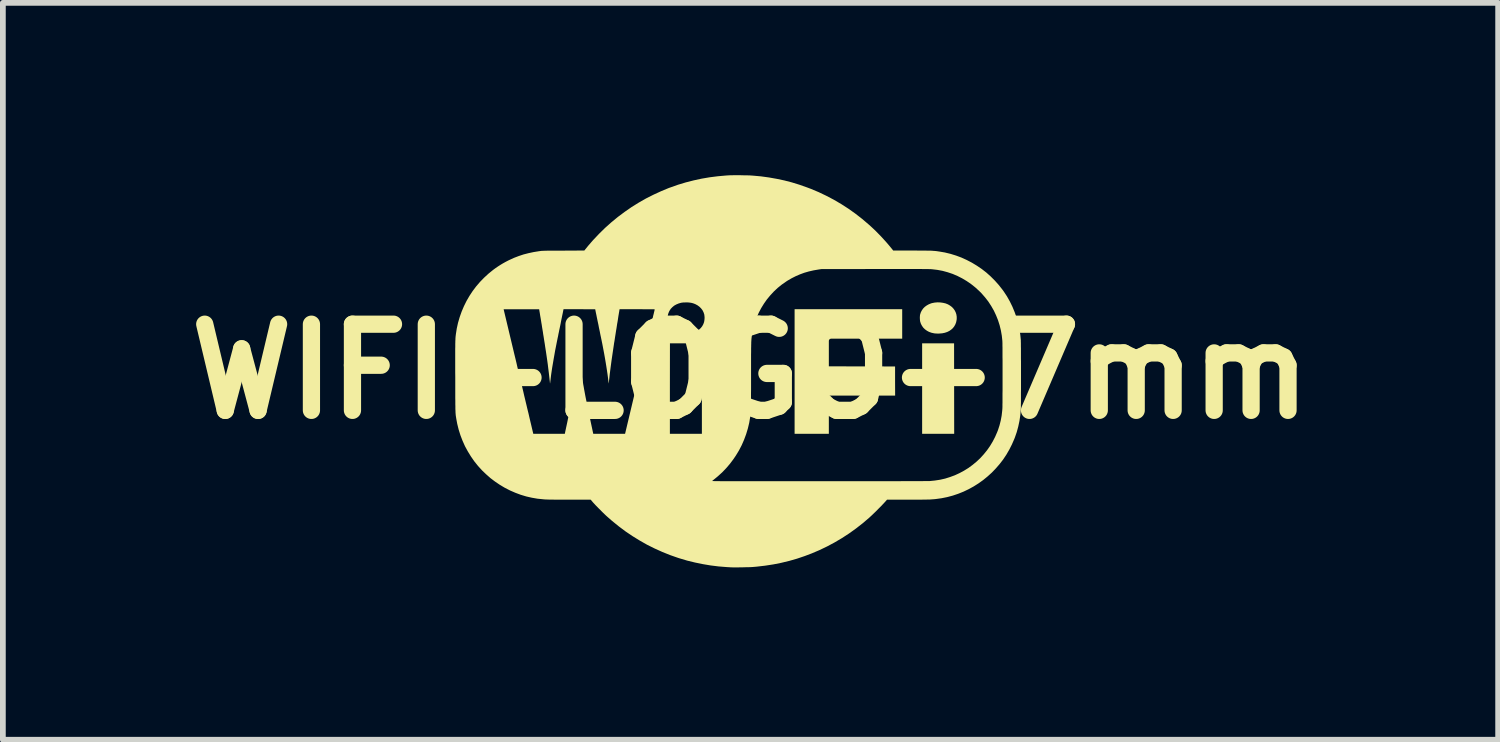
<source format=kicad_pcb>
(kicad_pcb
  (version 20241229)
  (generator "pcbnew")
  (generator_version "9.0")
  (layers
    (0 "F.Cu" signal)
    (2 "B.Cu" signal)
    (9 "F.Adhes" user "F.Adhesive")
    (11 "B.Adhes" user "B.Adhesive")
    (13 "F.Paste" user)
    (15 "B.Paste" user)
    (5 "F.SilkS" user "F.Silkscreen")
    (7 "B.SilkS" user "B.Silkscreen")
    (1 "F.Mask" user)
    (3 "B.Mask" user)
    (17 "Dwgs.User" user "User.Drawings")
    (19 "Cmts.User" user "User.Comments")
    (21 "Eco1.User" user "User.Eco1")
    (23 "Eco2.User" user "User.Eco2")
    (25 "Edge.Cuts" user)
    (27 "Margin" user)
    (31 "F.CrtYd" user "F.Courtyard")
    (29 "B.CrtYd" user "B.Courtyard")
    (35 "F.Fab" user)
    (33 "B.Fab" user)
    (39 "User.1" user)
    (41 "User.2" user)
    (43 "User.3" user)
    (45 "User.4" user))
  (footprint "WIFI-LOGO-7mm"
    (layer "F.Cu")
    (at 10.014 3.415)
    (property "Reference" "WIFI-LOGO-7mm" (at 0 0 0) (layer "F.SilkS") (effects (font (size 1.5 1.5) (thickness 0.3))))
    (attr board_only exclude_from_pos_files exclude_from_bom)
    (fp_poly (pts (xy 3.266 -0.489) (xy 3.544 -0.488) (xy 3.545 0.299) (xy 3.546 1.086) (xy 3.267 1.086) (xy 2.988 1.086) (xy 2.988 0.298) (xy 2.988 -0.489)) (stroke (width 0) (type solid)) (fill yes) (layer "F.SilkS"))
    (fp_poly (pts (xy 2.641 -0.826) (xy 2.641 -0.57) (xy 2.003 -0.57) (xy 1.364 -0.57) (xy 1.364 -0.329) (xy 1.364 -0.088) (xy 1.941 -0.087) (xy 2.517 -0.086) (xy 2.517 0.168) (xy 2.518 0.421) (xy 1.941 0.421) (xy 1.364 0.421) (xy 1.364 0.754) (xy 1.364 1.086) (xy 1.066 1.086) (xy 0.768 1.086) (xy 0.768 0.002) (xy 0.768 -1.083) (xy 1.705 -1.083) (xy 2.641 -1.083)) (stroke (width 0) (type solid)) (fill yes) (layer "F.SilkS"))
    (fp_poly (pts (xy 3.307 -1.2) (xy 3.355 -1.193) (xy 3.397 -1.183) (xy 3.437 -1.167) (xy 3.473 -1.146) (xy 3.505 -1.122) (xy 3.532 -1.094) (xy 3.555 -1.062) (xy 3.572 -1.028) (xy 3.584 -0.991) (xy 3.59 -0.952) (xy 3.59 -0.912) (xy 3.588 -0.896) (xy 3.58 -0.855) (xy 3.566 -0.818) (xy 3.547 -0.784) (xy 3.523 -0.753) (xy 3.494 -0.727) (xy 3.461 -0.704) (xy 3.424 -0.686) (xy 3.382 -0.672) (xy 3.337 -0.663) (xy 3.289 -0.659) (xy 3.264 -0.658) (xy 3.245 -0.659) (xy 3.226 -0.66) (xy 3.208 -0.661) (xy 3.195 -0.663) (xy 3.15 -0.673) (xy 3.108 -0.688) (xy 3.071 -0.708) (xy 3.038 -0.732) (xy 3.009 -0.76) (xy 2.986 -0.792) (xy 2.967 -0.828) (xy 2.954 -0.867) (xy 2.951 -0.886) (xy 2.949 -0.909) (xy 2.948 -0.934) (xy 2.949 -0.959) (xy 2.951 -0.981) (xy 2.954 -0.993) (xy 2.966 -1.03) (xy 2.984 -1.064) (xy 3.007 -1.096) (xy 3.035 -1.124) (xy 3.068 -1.148) (xy 3.104 -1.168) (xy 3.144 -1.184) (xy 3.161 -1.189) (xy 3.208 -1.198) (xy 3.257 -1.202)) (stroke (width 0) (type solid)) (fill yes) (layer "F.SilkS"))
    (fp_poly (pts (xy -0.222 -3.415) (xy -0.183 -3.415) (xy -0.144 -3.414) (xy -0.106 -3.413) (xy -0.069 -3.413) (xy -0.035 -3.412) (xy -0.004 -3.411) (xy 0.022 -3.409) (xy 0.039 -3.408) (xy 0.182 -3.395) (xy 0.321 -3.376) (xy 0.456 -3.352) (xy 0.589 -3.324) (xy 0.72 -3.29) (xy 0.85 -3.25) (xy 0.978 -3.205) (xy 1.05 -3.178) (xy 1.188 -3.12) (xy 1.322 -3.056) (xy 1.453 -2.987) (xy 1.581 -2.912) (xy 1.705 -2.832) (xy 1.826 -2.746) (xy 1.943 -2.655) (xy 2.057 -2.558) (xy 2.097 -2.522) (xy 2.139 -2.483) (xy 2.183 -2.441) (xy 2.227 -2.396) (xy 2.272 -2.35) (xy 2.315 -2.303) (xy 2.357 -2.257) (xy 2.396 -2.212) (xy 2.432 -2.169) (xy 2.464 -2.13) (xy 2.471 -2.121) (xy 2.484 -2.104) (xy 2.805 -2.104) (xy 2.862 -2.104) (xy 2.913 -2.103) (xy 2.959 -2.103) (xy 3 -2.103) (xy 3.036 -2.103) (xy 3.068 -2.102) (xy 3.096 -2.102) (xy 3.121 -2.101) (xy 3.144 -2.101) (xy 3.164 -2.1) (xy 3.182 -2.098) (xy 3.2 -2.097) (xy 3.216 -2.096) (xy 3.233 -2.094) (xy 3.249 -2.092) (xy 3.267 -2.089) (xy 3.283 -2.087) (xy 3.383 -2.07) (xy 3.482 -2.046) (xy 3.579 -2.016) (xy 3.673 -1.981) (xy 3.765 -1.939) (xy 3.855 -1.892) (xy 3.941 -1.84) (xy 4.025 -1.783) (xy 4.105 -1.721) (xy 4.181 -1.653) (xy 4.253 -1.581) (xy 4.321 -1.505) (xy 4.385 -1.424) (xy 4.409 -1.391) (xy 4.465 -1.306) (xy 4.515 -1.217) (xy 4.56 -1.125) (xy 4.599 -1.03) (xy 4.633 -0.934) (xy 4.66 -0.835) (xy 4.682 -0.735) (xy 4.697 -0.634) (xy 4.706 -0.543) (xy 4.706 -0.533) (xy 4.706 -0.517) (xy 4.707 -0.496) (xy 4.707 -0.47) (xy 4.707 -0.438) (xy 4.708 -0.403) (xy 4.708 -0.363) (xy 4.708 -0.32) (xy 4.708 -0.274) (xy 4.708 -0.225) (xy 4.709 -0.174) (xy 4.709 -0.121) (xy 4.709 -0.066) (xy 4.709 -0.011) (xy 4.709 0.045) (xy 4.709 0.1) (xy 4.709 0.156) (xy 4.709 0.211) (xy 4.709 0.264) (xy 4.709 0.316) (xy 4.708 0.366) (xy 4.708 0.414) (xy 4.708 0.458) (xy 4.708 0.5) (xy 4.708 0.537) (xy 4.707 0.571) (xy 4.707 0.6) (xy 4.707 0.624) (xy 4.706 0.642) (xy 4.706 0.655) (xy 4.706 0.658) (xy 4.697 0.762) (xy 4.682 0.863) (xy 4.661 0.961) (xy 4.635 1.057) (xy 4.602 1.152) (xy 4.592 1.177) (xy 4.551 1.271) (xy 4.505 1.362) (xy 4.454 1.45) (xy 4.398 1.534) (xy 4.337 1.613) (xy 4.271 1.689) (xy 4.202 1.761) (xy 4.128 1.828) (xy 4.051 1.891) (xy 3.97 1.949) (xy 3.886 2.002) (xy 3.799 2.05) (xy 3.709 2.093) (xy 3.617 2.13) (xy 3.522 2.162) (xy 3.425 2.188) (xy 3.326 2.208) (xy 3.225 2.222) (xy 3.194 2.225) (xy 3.179 2.226) (xy 3.165 2.227) (xy 3.152 2.228) (xy 3.138 2.229) (xy 3.124 2.23) (xy 3.109 2.23) (xy 3.092 2.231) (xy 3.073 2.231) (xy 3.052 2.232) (xy 3.029 2.232) (xy 3.002 2.232) (xy 2.972 2.233) (xy 2.937 2.233) (xy 2.898 2.233) (xy 2.854 2.233) (xy 2.805 2.233) (xy 2.75 2.233) (xy 2.719 2.233) (xy 2.377 2.233) (xy 2.325 2.291) (xy 2.304 2.313) (xy 2.28 2.339) (xy 2.253 2.366) (xy 2.224 2.395) (xy 2.195 2.425) (xy 2.165 2.454) (xy 2.136 2.482) (xy 2.109 2.508) (xy 2.085 2.53) (xy 2.068 2.546) (xy 1.953 2.644) (xy 1.835 2.736) (xy 1.715 2.822) (xy 1.592 2.902) (xy 1.465 2.977) (xy 1.336 3.046) (xy 1.203 3.11) (xy 1.067 3.168) (xy 0.943 3.215) (xy 0.81 3.26) (xy 0.674 3.299) (xy 0.537 3.332) (xy 0.397 3.36) (xy 0.254 3.382) (xy 0.108 3.399) (xy 0.039 3.405) (xy 0.023 3.406) (xy 0.002 3.407) (xy -0.023 3.408) (xy -0.052 3.409) (xy -0.083 3.409) (xy -0.117 3.41) (xy -0.151 3.411) (xy -0.185 3.411) (xy -0.218 3.412) (xy -0.249 3.412) (xy -0.278 3.412) (xy -0.303 3.412) (xy -0.324 3.411) (xy -0.34 3.411) (xy -0.344 3.411) (xy -0.353 3.41) (xy -0.367 3.409) (xy -0.385 3.408) (xy -0.404 3.407) (xy -0.42 3.406) (xy -0.556 3.395) (xy -0.693 3.378) (xy -0.83 3.355) (xy -0.966 3.327) (xy -1.101 3.294) (xy -1.232 3.255) (xy -1.258 3.247) (xy -1.398 3.198) (xy -1.535 3.143) (xy -1.668 3.083) (xy -1.799 3.018) (xy -1.926 2.946) (xy -2.051 2.869) (xy -2.173 2.787) (xy -2.292 2.698) (xy -2.409 2.603) (xy -2.479 2.542) (xy -2.496 2.527) (xy -2.517 2.508) (xy -2.54 2.486) (xy -2.565 2.462) (xy -2.591 2.436) (xy -2.617 2.409) (xy -2.644 2.383) (xy -2.669 2.357) (xy -2.693 2.333) (xy -2.714 2.31) (xy -2.732 2.291) (xy -2.746 2.275) (xy -2.747 2.274) (xy -2.782 2.233) (xy -3.141 2.233) (xy -3.198 2.233) (xy -3.25 2.233) (xy -3.297 2.233) (xy -3.338 2.233) (xy -3.374 2.233) (xy -3.406 2.233) (xy -3.434 2.232) (xy -3.459 2.232) (xy -3.481 2.232) (xy -3.5 2.232) (xy -3.517 2.231) (xy -3.533 2.231) (xy -3.547 2.23) (xy -3.561 2.229) (xy -3.574 2.229) (xy -3.588 2.228) (xy -3.602 2.227) (xy -3.609 2.226) (xy -3.708 2.216) (xy -3.806 2.199) (xy -3.903 2.177) (xy -3.999 2.148) (xy -4.093 2.113) (xy -4.185 2.073) (xy -4.275 2.027) (xy -4.361 1.976) (xy -4.445 1.919) (xy -4.46 1.908) (xy -0.668 1.908) (xy -0.667 1.908) (xy -0.665 1.908) (xy -0.662 1.909) (xy -0.656 1.909) (xy -0.649 1.909) (xy -0.639 1.909) (xy -0.628 1.91) (xy -0.614 1.91) (xy -0.597 1.91) (xy -0.577 1.91) (xy -0.555 1.91) (xy -0.53 1.911) (xy -0.502 1.911) (xy -0.47 1.911) (xy -0.435 1.911) (xy -0.396 1.911) (xy -0.354 1.911) (xy -0.308 1.911) (xy -0.257 1.911) (xy -0.203 1.912) (xy -0.144 1.912) (xy -0.081 1.912) (xy -0.013 1.912) (xy 0.059 1.912) (xy 0.137 1.912) (xy 0.219 1.912) (xy 0.307 1.912) (xy 0.4 1.912) (xy 0.498 1.912) (xy 0.602 1.912) (xy 0.712 1.912) (xy 0.828 1.912) (xy 0.95 1.912) (xy 1.078 1.912) (xy 1.198 1.912) (xy 1.308 1.912) (xy 1.417 1.912) (xy 1.524 1.912) (xy 1.629 1.912) (xy 1.732 1.912) (xy 1.833 1.912) (xy 1.932 1.911) (xy 2.028 1.911) (xy 2.121 1.911) (xy 2.212 1.911) (xy 2.299 1.911) (xy 2.383 1.911) (xy 2.463 1.911) (xy 2.54 1.911) (xy 2.612 1.911) (xy 2.681 1.91) (xy 2.745 1.91) (xy 2.805 1.91) (xy 2.86 1.91) (xy 2.911 1.91) (xy 2.956 1.91) (xy 2.996 1.91) (xy 3.031 1.909) (xy 3.061 1.909) (xy 3.084 1.909) (xy 3.102 1.909) (xy 3.113 1.909) (xy 3.118 1.909) (xy 3.209 1.9) (xy 3.3 1.886) (xy 3.388 1.866) (xy 3.474 1.839) (xy 3.558 1.808) (xy 3.64 1.77) (xy 3.718 1.728) (xy 3.794 1.681) (xy 3.866 1.628) (xy 3.935 1.571) (xy 4 1.51) (xy 4.06 1.444) (xy 4.117 1.374) (xy 4.169 1.3) (xy 4.216 1.222) (xy 4.258 1.141) (xy 4.295 1.056) (xy 4.309 1.02) (xy 4.335 0.94) (xy 4.356 0.857) (xy 4.372 0.771) (xy 4.382 0.683) (xy 4.385 0.647) (xy 4.385 0.638) (xy 4.386 0.622) (xy 4.386 0.602) (xy 4.386 0.576) (xy 4.387 0.545) (xy 4.387 0.51) (xy 4.387 0.472) (xy 4.387 0.429) (xy 4.387 0.384) (xy 4.388 0.336) (xy 4.388 0.286) (xy 4.388 0.234) (xy 4.388 0.18) (xy 4.388 0.126) (xy 4.388 0.071) (xy 4.388 0.016) (xy 4.388 -0.038) (xy 4.388 -0.092) (xy 4.388 -0.145) (xy 4.388 -0.196) (xy 4.387 -0.245) (xy 4.387 -0.291) (xy 4.387 -0.335) (xy 4.387 -0.375) (xy 4.387 -0.412) (xy 4.386 -0.444) (xy 4.386 -0.472) (xy 4.386 -0.495) (xy 4.385 -0.512) (xy 4.385 -0.523) (xy 4.385 -0.527) (xy 4.375 -0.621) (xy 4.359 -0.713) (xy 4.337 -0.803) (xy 4.309 -0.891) (xy 4.275 -0.976) (xy 4.236 -1.059) (xy 4.19 -1.139) (xy 4.14 -1.216) (xy 4.083 -1.289) (xy 4.022 -1.359) (xy 3.981 -1.4) (xy 3.912 -1.463) (xy 3.839 -1.521) (xy 3.763 -1.573) (xy 3.684 -1.62) (xy 3.603 -1.661) (xy 3.519 -1.697) (xy 3.432 -1.726) (xy 3.344 -1.75) (xy 3.254 -1.767) (xy 3.162 -1.778) (xy 3.147 -1.779) (xy 3.14 -1.78) (xy 3.129 -1.78) (xy 3.114 -1.78) (xy 3.095 -1.781) (xy 3.073 -1.781) (xy 3.046 -1.781) (xy 3.015 -1.781) (xy 2.979 -1.782) (xy 2.938 -1.782) (xy 2.893 -1.782) (xy 2.843 -1.782) (xy 2.787 -1.782) (xy 2.726 -1.782) (xy 2.66 -1.782) (xy 2.589 -1.782) (xy 2.511 -1.782) (xy 2.428 -1.782) (xy 2.338 -1.782) (xy 2.242 -1.782) (xy 2.167 -1.782) (xy 1.236 -1.781) (xy 1.188 -1.774) (xy 1.1 -1.759) (xy 1.017 -1.74) (xy 0.937 -1.717) (xy 0.861 -1.689) (xy 0.787 -1.657) (xy 0.714 -1.62) (xy 0.642 -1.578) (xy 0.621 -1.564) (xy 0.545 -1.511) (xy 0.473 -1.453) (xy 0.406 -1.39) (xy 0.344 -1.323) (xy 0.286 -1.253) (xy 0.234 -1.179) (xy 0.186 -1.101) (xy 0.144 -1.021) (xy 0.107 -0.937) (xy 0.076 -0.852) (xy 0.051 -0.764) (xy 0.032 -0.674) (xy 0.023 -0.614) (xy 0.021 -0.602) (xy 0.02 -0.59) (xy 0.018 -0.577) (xy 0.017 -0.564) (xy 0.016 -0.55) (xy 0.015 -0.535) (xy 0.014 -0.519) (xy 0.013 -0.501) (xy 0.013 -0.48) (xy 0.012 -0.458) (xy 0.012 -0.432) (xy 0.011 -0.404) (xy 0.011 -0.372) (xy 0.011 -0.336) (xy 0.01 -0.296) (xy 0.01 -0.252) (xy 0.01 -0.203) (xy 0.01 -0.149) (xy 0.01 -0.09) (xy 0.01 -0.026) (xy 0.01 0.045) (xy 0.01 0.094) (xy 0.01 0.171) (xy 0.01 0.244) (xy 0.01 0.311) (xy 0.009 0.374) (xy 0.009 0.431) (xy 0.009 0.483) (xy 0.009 0.53) (xy 0.008 0.571) (xy 0.008 0.606) (xy 0.008 0.635) (xy 0.007 0.658) (xy 0.007 0.675) (xy 0.006 0.686) (xy 0.006 0.687) (xy -0.005 0.792) (xy -0.022 0.895) (xy -0.046 0.995) (xy -0.076 1.094) (xy -0.112 1.191) (xy -0.153 1.285) (xy -0.201 1.377) (xy -0.255 1.466) (xy -0.297 1.528) (xy -0.357 1.608) (xy -0.423 1.685) (xy -0.493 1.758) (xy -0.568 1.826) (xy -0.614 1.864) (xy -0.63 1.877) (xy -0.644 1.888) (xy -0.655 1.897) (xy -0.663 1.904) (xy -0.667 1.908) (xy -0.668 1.908) (xy -4.46 1.908) (xy -4.526 1.858) (xy -4.602 1.791) (xy -4.673 1.723) (xy -4.743 1.646) (xy -4.808 1.565) (xy -4.867 1.48) (xy -4.921 1.392) (xy -4.97 1.302) (xy -5.012 1.208) (xy -5.049 1.112) (xy -5.08 1.013) (xy -5.105 0.912) (xy -5.121 0.826) (xy -5.123 0.813) (xy -5.125 0.801) (xy -5.127 0.79) (xy -5.128 0.78) (xy -5.13 0.77) (xy -5.131 0.759) (xy -5.132 0.748) (xy -5.133 0.736) (xy -5.134 0.723) (xy -5.135 0.709) (xy -5.135 0.693) (xy -5.136 0.674) (xy -5.137 0.654) (xy -5.137 0.631) (xy -5.137 0.604) (xy -5.138 0.575) (xy -5.138 0.542) (xy -5.138 0.505) (xy -5.139 0.463) (xy -5.139 0.417) (xy -5.139 0.367) (xy -5.139 0.311) (xy -5.139 0.249) (xy -5.139 0.182) (xy -5.139 0.109) (xy -5.139 0.096) (xy -5.14 0.019) (xy -5.14 -0.051) (xy -5.14 -0.115) (xy -5.14 -0.174) (xy -5.14 -0.227) (xy -5.14 -0.276) (xy -5.14 -0.32) (xy -5.14 -0.359) (xy -5.14 -0.395) (xy -5.139 -0.427) (xy -5.139 -0.455) (xy -5.139 -0.48) (xy -5.138 -0.503) (xy -5.138 -0.523) (xy -5.137 -0.541) (xy -5.136 -0.557) (xy -5.136 -0.571) (xy -5.135 -0.585) (xy -5.134 -0.597) (xy -5.133 -0.609) (xy -5.132 -0.62) (xy -5.13 -0.631) (xy -5.129 -0.643) (xy -5.129 -0.643) (xy -5.113 -0.746) (xy -5.091 -0.846) (xy -5.062 -0.945) (xy -5.028 -1.041) (xy -5.011 -1.081) (xy -4.297 -1.081) (xy -4.111 -0.301) (xy -4.093 -0.227) (xy -4.075 -0.152) (xy -4.058 -0.077) (xy -4.04 -0.002) (xy -4.022 0.072) (xy -4.004 0.146) (xy -3.987 0.218) (xy -3.97 0.288) (xy -3.954 0.356) (xy -3.939 0.422) (xy -3.924 0.484) (xy -3.91 0.543) (xy -3.897 0.597) (xy -3.885 0.648) (xy -3.874 0.693) (xy -3.864 0.733) (xy -3.856 0.768) (xy -3.853 0.782) (xy -3.781 1.086) (xy -3.507 1.086) (xy -3.232 1.086) (xy -3.222 1.038) (xy -3.205 0.958) (xy -3.189 0.884) (xy -3.175 0.815) (xy -3.162 0.751) (xy -3.149 0.692) (xy -3.138 0.638) (xy -3.127 0.587) (xy -3.118 0.54) (xy -3.109 0.495) (xy -3.1 0.454) (xy -3.093 0.414) (xy -3.085 0.376) (xy -3.079 0.34) (xy -3.072 0.304) (xy -3.066 0.269) (xy -3.06 0.235) (xy -3.054 0.199) (xy -3.048 0.164) (xy -3.041 0.127) (xy -3.04 0.118) (xy -3.034 0.083) (xy -3.028 0.046) (xy -3.023 0.007) (xy -3.017 -0.031) (xy -3.011 -0.069) (xy -3.006 -0.105) (xy -3.001 -0.138) (xy -2.998 -0.168) (xy -2.994 -0.194) (xy -2.992 -0.214) (xy -2.991 -0.219) (xy -2.99 -0.234) (xy -2.988 -0.248) (xy -2.987 -0.258) (xy -2.986 -0.263) (xy -2.985 -0.261) (xy -2.983 -0.254) (xy -2.982 -0.243) (xy -2.98 -0.228) (xy -2.978 -0.216) (xy -2.973 -0.175) (xy -2.967 -0.13) (xy -2.96 -0.08) (xy -2.952 -0.026) (xy -2.943 0.032) (xy -2.934 0.091) (xy -2.93 0.115) (xy -2.923 0.157) (xy -2.916 0.196) (xy -2.91 0.234) (xy -2.903 0.271) (xy -2.897 0.307) (xy -2.89 0.344) (xy -2.883 0.382) (xy -2.876 0.42) (xy -2.868 0.461) (xy -2.859 0.504) (xy -2.85 0.55) (xy -2.839 0.6) (xy -2.828 0.654) (xy -2.816 0.713) (xy -2.803 0.777) (xy -2.792 0.829) (xy -2.737 1.086) (xy -1.403 1.086) (xy -1.125 1.086) (xy -0.846 1.086) (xy -0.846 0.298) (xy -0.846 -0.489) (xy -1.124 -0.489) (xy -1.402 -0.488) (xy -1.403 0.299) (xy -1.403 1.086) (xy -2.737 1.086) (xy -2.46 1.086) (xy -2.183 1.086) (xy -2.015 0.38) (xy -1.998 0.31) (xy -1.981 0.239) (xy -1.964 0.169) (xy -1.947 0.098) (xy -1.931 0.029) (xy -1.915 -0.039) (xy -1.899 -0.106) (xy -1.883 -0.17) (xy -1.869 -0.232) (xy -1.855 -0.291) (xy -1.841 -0.346) (xy -1.829 -0.398) (xy -1.818 -0.445) (xy -1.808 -0.488) (xy -1.799 -0.525) (xy -1.791 -0.557) (xy -1.787 -0.575) (xy -1.777 -0.618) (xy -1.766 -0.662) (xy -1.756 -0.707) (xy -1.745 -0.751) (xy -1.735 -0.793) (xy -1.725 -0.833) (xy -1.717 -0.87) (xy -1.709 -0.903) (xy -1.702 -0.931) (xy -1.698 -0.946) (xy -1.441 -0.946) (xy -1.441 -0.905) (xy -1.434 -0.865) (xy -1.421 -0.827) (xy -1.406 -0.796) (xy -1.393 -0.776) (xy -1.375 -0.756) (xy -1.355 -0.736) (xy -1.334 -0.718) (xy -1.313 -0.705) (xy -1.311 -0.704) (xy -1.285 -0.69) (xy -1.255 -0.679) (xy -1.223 -0.669) (xy -1.196 -0.663) (xy -1.173 -0.66) (xy -1.146 -0.659) (xy -1.117 -0.658) (xy -1.089 -0.659) (xy -1.063 -0.661) (xy -1.053 -0.663) (xy -1.007 -0.672) (xy -0.965 -0.687) (xy -0.927 -0.705) (xy -0.893 -0.729) (xy -0.864 -0.756) (xy -0.84 -0.787) (xy -0.821 -0.822) (xy -0.807 -0.861) (xy -0.807 -0.864) (xy -0.803 -0.886) (xy -0.8 -0.911) (xy -0.799 -0.938) (xy -0.801 -0.964) (xy -0.804 -0.987) (xy -0.805 -0.993) (xy -0.818 -1.031) (xy -0.836 -1.066) (xy -0.86 -1.097) (xy -0.888 -1.125) (xy -0.922 -1.15) (xy -0.959 -1.17) (xy -0.989 -1.182) (xy -1.012 -1.189) (xy -1.033 -1.194) (xy -1.055 -1.197) (xy -1.079 -1.2) (xy -1.107 -1.201) (xy -1.121 -1.201) (xy -1.146 -1.2) (xy -1.166 -1.2) (xy -1.183 -1.198) (xy -1.197 -1.196) (xy -1.206 -1.195) (xy -1.251 -1.182) (xy -1.292 -1.165) (xy -1.329 -1.144) (xy -1.36 -1.118) (xy -1.388 -1.089) (xy -1.41 -1.055) (xy -1.415 -1.045) (xy -1.426 -1.02) (xy -1.434 -0.997) (xy -1.439 -0.974) (xy -1.441 -0.947) (xy -1.441 -0.946) (xy -1.698 -0.946) (xy -1.698 -0.948) (xy -1.692 -0.975) (xy -1.685 -1.001) (xy -1.68 -1.024) (xy -1.675 -1.044) (xy -1.671 -1.06) (xy -1.669 -1.071) (xy -1.667 -1.076) (xy -1.667 -1.077) (xy -1.667 -1.078) (xy -1.668 -1.079) (xy -1.67 -1.079) (xy -1.673 -1.08) (xy -1.679 -1.081) (xy -1.687 -1.081) (xy -1.697 -1.081) (xy -1.711 -1.082) (xy -1.728 -1.082) (xy -1.748 -1.082) (xy -1.773 -1.082) (xy -1.803 -1.082) (xy -1.838 -1.082) (xy -1.878 -1.082) (xy -1.924 -1.083) (xy -1.972 -1.083) (xy -2.278 -1.083) (xy -2.28 -1.075) (xy -2.281 -1.07) (xy -2.283 -1.06) (xy -2.285 -1.044) (xy -2.289 -1.023) (xy -2.293 -0.998) (xy -2.298 -0.969) (xy -2.303 -0.937) (xy -2.308 -0.902) (xy -2.314 -0.865) (xy -2.321 -0.827) (xy -2.327 -0.787) (xy -2.333 -0.748) (xy -2.34 -0.708) (xy -2.346 -0.668) (xy -2.352 -0.63) (xy -2.358 -0.593) (xy -2.363 -0.559) (xy -2.368 -0.527) (xy -2.373 -0.499) (xy -2.377 -0.474) (xy -2.377 -0.472) (xy -2.392 -0.371) (xy -2.406 -0.277) (xy -2.419 -0.188) (xy -2.43 -0.106) (xy -2.44 -0.029) (xy -2.449 0.041) (xy -2.456 0.107) (xy -2.458 0.126) (xy -2.461 0.149) (xy -2.463 0.169) (xy -2.465 0.186) (xy -2.466 0.199) (xy -2.467 0.208) (xy -2.467 0.211) (xy -2.468 0.209) (xy -2.469 0.202) (xy -2.471 0.191) (xy -2.473 0.176) (xy -2.474 0.164) (xy -2.481 0.107) (xy -2.489 0.046) (xy -2.499 -0.021) (xy -2.51 -0.091) (xy -2.522 -0.165) (xy -2.535 -0.241) (xy -2.549 -0.319) (xy -2.564 -0.398) (xy -2.579 -0.477) (xy -2.595 -0.555) (xy -2.596 -0.559) (xy -2.602 -0.589) (xy -2.609 -0.621) (xy -2.616 -0.655) (xy -2.623 -0.692) (xy -2.631 -0.729) (xy -2.639 -0.767) (xy -2.646 -0.805) (xy -2.654 -0.843) (xy -2.662 -0.88) (xy -2.669 -0.915) (xy -2.676 -0.948) (xy -2.682 -0.979) (xy -2.688 -1.007) (xy -2.693 -1.031) (xy -2.697 -1.051) (xy -2.7 -1.067) (xy -2.702 -1.077) (xy -2.703 -1.082) (xy -2.703 -1.082) (xy -2.706 -1.082) (xy -2.715 -1.082) (xy -2.73 -1.082) (xy -2.75 -1.082) (xy -2.774 -1.082) (xy -2.803 -1.082) (xy -2.835 -1.082) (xy -2.87 -1.082) (xy -2.908 -1.082) (xy -2.949 -1.083) (xy -2.978 -1.083) (xy -3.254 -1.083) (xy -3.256 -1.075) (xy -3.257 -1.071) (xy -3.259 -1.061) (xy -3.262 -1.045) (xy -3.266 -1.025) (xy -3.271 -1.001) (xy -3.277 -0.973) (xy -3.283 -0.943) (xy -3.29 -0.91) (xy -3.297 -0.875) (xy -3.298 -0.87) (xy -3.305 -0.832) (xy -3.313 -0.793) (xy -3.321 -0.755) (xy -3.329 -0.718) (xy -3.336 -0.682) (xy -3.343 -0.65) (xy -3.348 -0.622) (xy -3.353 -0.598) (xy -3.356 -0.585) (xy -3.371 -0.511) (xy -3.386 -0.435) (xy -3.401 -0.36) (xy -3.414 -0.285) (xy -3.427 -0.212) (xy -3.439 -0.14) (xy -3.451 -0.071) (xy -3.461 -0.005) (xy -3.47 0.056) (xy -3.477 0.114) (xy -3.483 0.166) (xy -3.486 0.191) (xy -3.487 0.199) (xy -3.488 0.205) (xy -3.488 0.209) (xy -3.489 0.209) (xy -3.49 0.206) (xy -3.491 0.198) (xy -3.492 0.186) (xy -3.494 0.168) (xy -3.497 0.145) (xy -3.499 0.126) (xy -3.505 0.071) (xy -3.512 0.012) (xy -3.52 -0.051) (xy -3.528 -0.118) (xy -3.538 -0.19) (xy -3.549 -0.266) (xy -3.561 -0.348) (xy -3.575 -0.436) (xy -3.578 -0.459) (xy -3.583 -0.491) (xy -3.589 -0.527) (xy -3.595 -0.565) (xy -3.601 -0.604) (xy -3.608 -0.645) (xy -3.614 -0.687) (xy -3.621 -0.729) (xy -3.628 -0.771) (xy -3.634 -0.812) (xy -3.641 -0.852) (xy -3.647 -0.89) (xy -3.653 -0.927) (xy -3.659 -0.96) (xy -3.664 -0.991) (xy -3.668 -1.018) (xy -3.672 -1.04) (xy -3.675 -1.059) (xy -3.677 -1.072) (xy -3.679 -1.079) (xy -3.679 -1.081) (xy -3.683 -1.081) (xy -3.692 -1.081) (xy -3.707 -1.082) (xy -3.727 -1.082) (xy -3.752 -1.082) (xy -3.781 -1.082) (xy -3.814 -1.082) (xy -3.85 -1.082) (xy -3.889 -1.082) (xy -3.931 -1.082) (xy -3.974 -1.082) (xy -3.989 -1.082) (xy -4.297 -1.081) (xy -5.011 -1.081) (xy -4.988 -1.135) (xy -4.943 -1.226) (xy -4.892 -1.314) (xy -4.836 -1.399) (xy -4.775 -1.48) (xy -4.708 -1.558) (xy -4.637 -1.631) (xy -4.561 -1.701) (xy -4.481 -1.766) (xy -4.439 -1.797) (xy -4.395 -1.827) (xy -4.353 -1.854) (xy -4.31 -1.88) (xy -4.265 -1.905) (xy -4.217 -1.93) (xy -4.196 -1.94) (xy -4.115 -1.977) (xy -4.034 -2.008) (xy -3.95 -2.036) (xy -3.864 -2.058) (xy -3.775 -2.077) (xy -3.682 -2.092) (xy -3.652 -2.096) (xy -3.645 -2.097) (xy -3.636 -2.098) (xy -3.626 -2.098) (xy -3.614 -2.099) (xy -3.601 -2.099) (xy -3.584 -2.1) (xy -3.565 -2.1) (xy -3.543 -2.101) (xy -3.517 -2.101) (xy -3.487 -2.101) (xy -3.452 -2.102) (xy -3.412 -2.102) (xy -3.368 -2.102) (xy -3.317 -2.102) (xy -3.261 -2.102) (xy -3.25 -2.102) (xy -2.892 -2.104) (xy -2.876 -2.124) (xy -2.862 -2.141) (xy -2.845 -2.162) (xy -2.826 -2.186) (xy -2.804 -2.211) (xy -2.782 -2.237) (xy -2.76 -2.262) (xy -2.74 -2.285) (xy -2.737 -2.288) (xy -2.636 -2.395) (xy -2.531 -2.498) (xy -2.421 -2.596) (xy -2.308 -2.689) (xy -2.19 -2.777) (xy -2.069 -2.861) (xy -1.945 -2.938) (xy -1.817 -3.011) (xy -1.686 -3.077) (xy -1.553 -3.138) (xy -1.418 -3.194) (xy -1.397 -3.201) (xy -1.262 -3.249) (xy -1.126 -3.29) (xy -0.989 -3.325) (xy -0.851 -3.355) (xy -0.71 -3.379) (xy -0.567 -3.397) (xy -0.421 -3.41) (xy -0.374 -3.413) (xy -0.353 -3.414) (xy -0.326 -3.414) (xy -0.294 -3.415) (xy -0.259 -3.415)) (stroke (width 0) (type solid)) (fill yes) (layer "F.SilkS")))
  (gr_rect
    (start -3 -3)
    (end 23.029 9.827)
    (stroke (width 0.1) (type default))
    (fill no)
    (layer "Edge.Cuts")))
</source>
